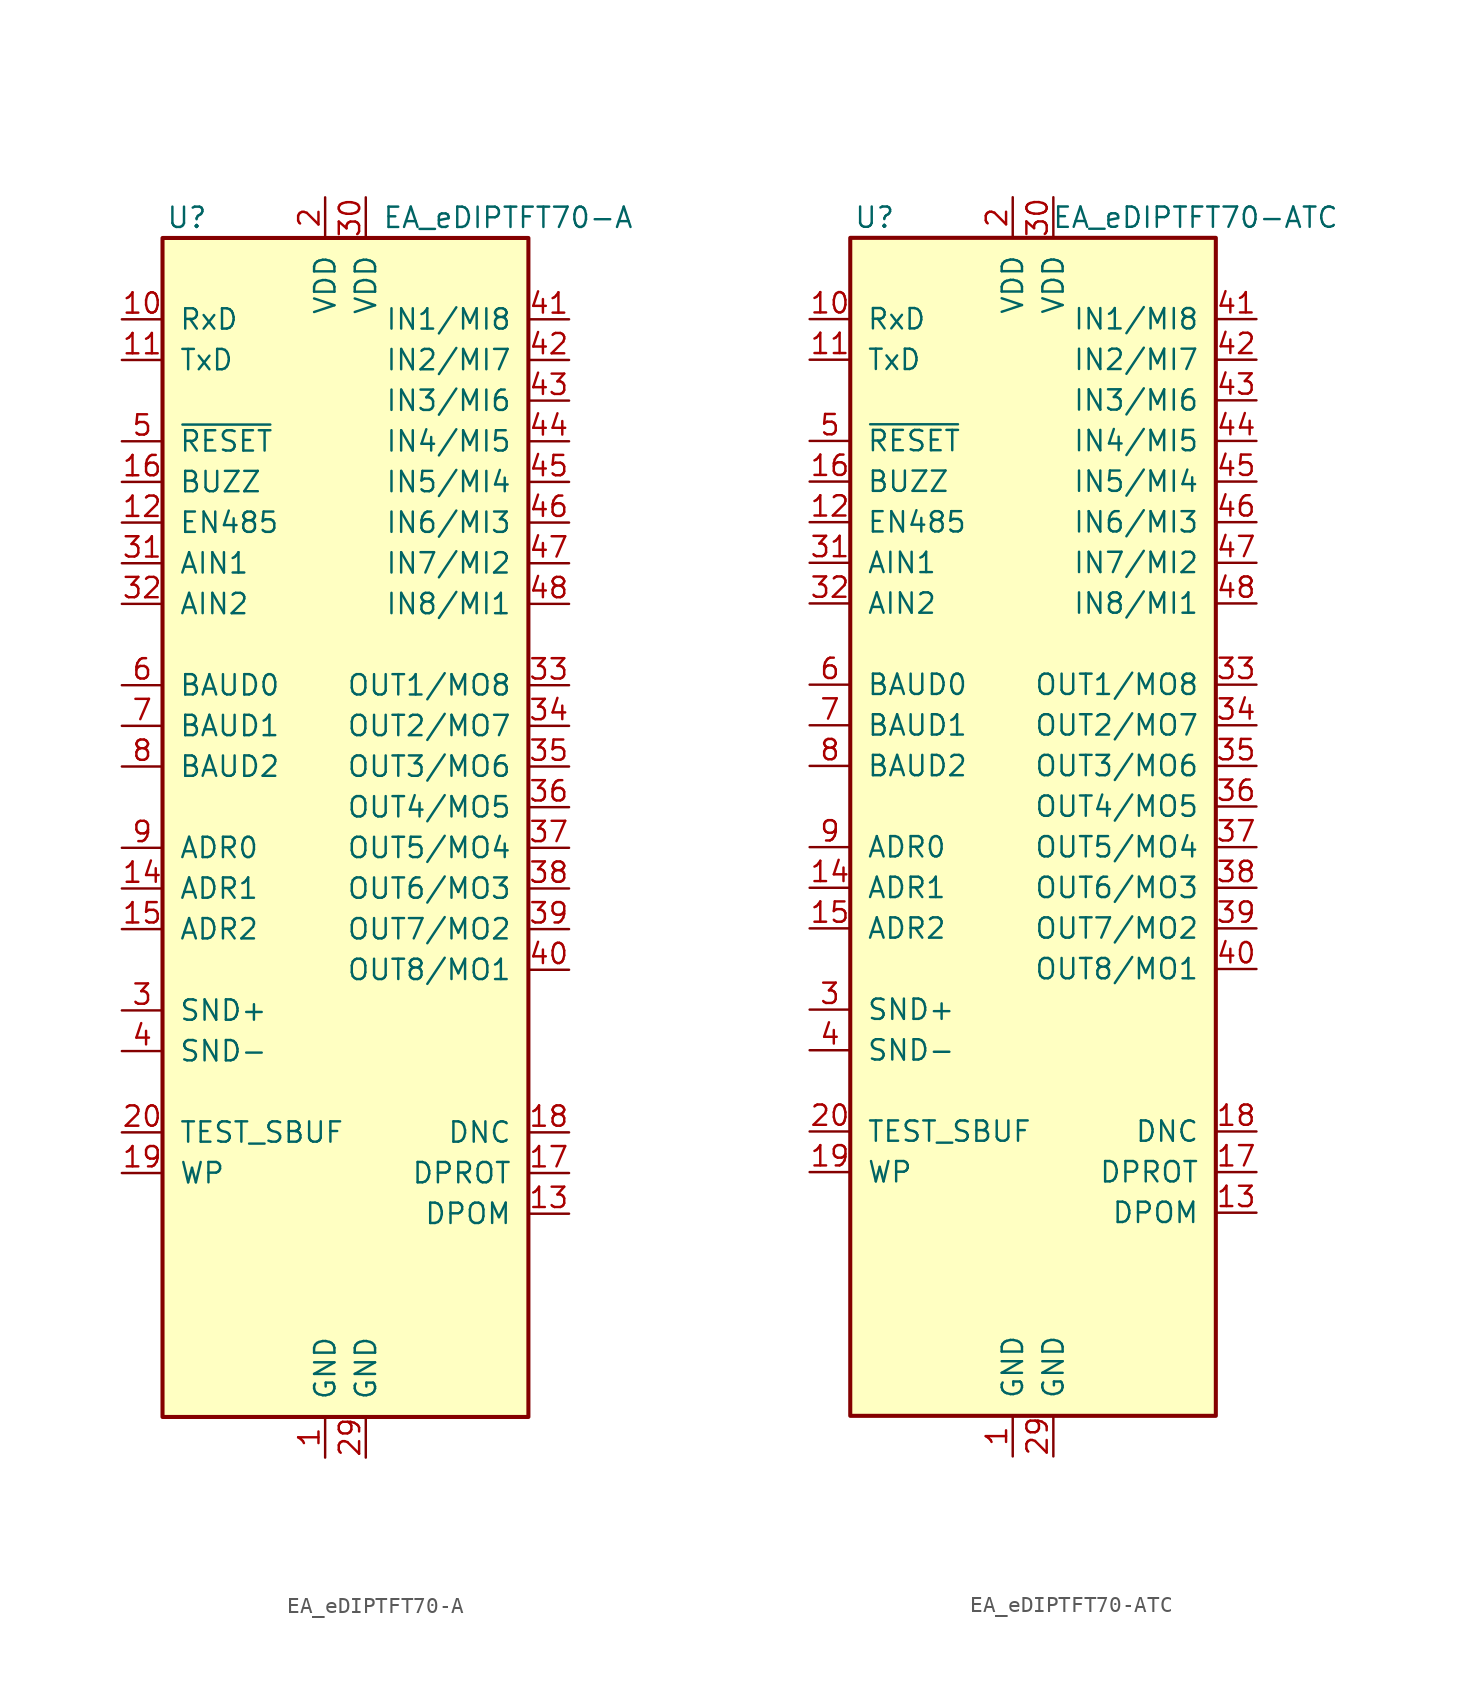
<source format=kicad_sym>
(kicad_symbol_lib
  (version 20241209)
  (generator "kicad_symbol_editor")
  (generator_version "9.0")
  (symbol "EA_eDIPTFT70-A"
    (pin_names
      (offset 1.016))
    (property "Reference" "U"
      (at -8.636 36.83 0)
      (effects (font (size 1.27 1.27))))
    (property "Value" "EA_eDIPTFT70-A"
      (at 11.43 36.83 0)
      (effects (font (size 1.27 1.27))))
    (symbol "EA_eDIPTFT70-A_0_1"
      (rectangle (start -10.16 35.56) (end 12.7 -38.1) (stroke (width 0.254) (type default)) (fill (type background))))
    (symbol "EA_eDIPTFT70-A_1_1"
      (pin input line (at -12.7 30.48 0) (length 2.54) (name "RxD" (effects (font (size 1.27 1.27)))) (number "10" (effects (font (size 1.27 1.27)))))
      (pin output line (at -12.7 27.94 0) (length 2.54) (name "TxD" (effects (font (size 1.27 1.27)))) (number "11" (effects (font (size 1.27 1.27)))))
      (pin input line (at -12.7 22.86 0) (length 2.54) (name "~{RESET}" (effects (font (size 1.27 1.27)))) (number "5" (effects (font (size 1.27 1.27)))))
      (pin output line (at -12.7 20.32 0) (length 2.54) (name "BUZZ" (effects (font (size 1.27 1.27)))) (number "16" (effects (font (size 1.27 1.27)))))
      (pin output line (at -12.7 17.78 0) (length 2.54) (name "EN485" (effects (font (size 1.27 1.27)))) (number "12" (effects (font (size 1.27 1.27)))))
      (pin input line (at -12.7 15.24 0) (length 2.54) (name "AIN1" (effects (font (size 1.27 1.27)))) (number "31" (effects (font (size 1.27 1.27)))))
      (pin input line (at -12.7 12.7 0) (length 2.54) (name "AIN2" (effects (font (size 1.27 1.27)))) (number "32" (effects (font (size 1.27 1.27)))))
      (pin input line (at -12.7 7.62 0) (length 2.54) (name "BAUD0" (effects (font (size 1.27 1.27)))) (number "6" (effects (font (size 1.27 1.27)))))
      (pin input line (at -12.7 5.08 0) (length 2.54) (name "BAUD1" (effects (font (size 1.27 1.27)))) (number "7" (effects (font (size 1.27 1.27)))))
      (pin input line (at -12.7 2.54 0) (length 2.54) (name "BAUD2" (effects (font (size 1.27 1.27)))) (number "8" (effects (font (size 1.27 1.27)))))
      (pin input line (at -12.7 -2.54 0) (length 2.54) (name "ADR0" (effects (font (size 1.27 1.27)))) (number "9" (effects (font (size 1.27 1.27)))))
      (pin input line (at -12.7 -5.08 0) (length 2.54) (name "ADR1" (effects (font (size 1.27 1.27)))) (number "14" (effects (font (size 1.27 1.27)))))
      (pin input line (at -12.7 -7.62 0) (length 2.54) (name "ADR2" (effects (font (size 1.27 1.27)))) (number "15" (effects (font (size 1.27 1.27)))))
      (pin output line (at -12.7 -12.7 0) (length 2.54) (name "SND+" (effects (font (size 1.27 1.27)))) (number "3" (effects (font (size 1.27 1.27)))))
      (pin input line (at -12.7 -15.24 0) (length 2.54) (name "SND-" (effects (font (size 1.27 1.27)))) (number "4" (effects (font (size 1.27 1.27)))))
      (pin bidirectional line (at -12.7 -20.32 0) (length 2.54) (name "TEST_SBUF" (effects (font (size 1.27 1.27)))) (number "20" (effects (font (size 1.27 1.27)))))
      (pin input line (at -12.7 -22.86 0) (length 2.54) (name "WP" (effects (font (size 1.27 1.27)))) (number "19" (effects (font (size 1.27 1.27)))))
      (pin no_connect line (at -10.16 -27.94 0) (length 2.54) (hide yes) (name "NC" (effects (font (size 1.27 1.27)))) (number "21" (effects (font (size 1.27 1.27)))))
      (pin no_connect line (at -10.16 -30.48 0) (length 2.54) (hide yes) (name "NC" (effects (font (size 1.27 1.27)))) (number "22" (effects (font (size 1.27 1.27)))))
      (pin no_connect line (at -10.16 -33.02 0) (length 2.54) (hide yes) (name "NC" (effects (font (size 1.27 1.27)))) (number "23" (effects (font (size 1.27 1.27)))))
      (pin no_connect line (at -10.16 -35.56 0) (length 2.54) (hide yes) (name "NC" (effects (font (size 1.27 1.27)))) (number "24" (effects (font (size 1.27 1.27)))))
      (pin power_in line (at 0 38.1 270) (length 2.54) (name "VDD" (effects (font (size 1.27 1.27)))) (number "2" (effects (font (size 1.27 1.27)))))
      (pin power_in line (at 0 -40.64 90) (length 2.54) (name "GND" (effects (font (size 1.27 1.27)))) (number "1" (effects (font (size 1.27 1.27)))))
      (pin power_in line (at 2.54 38.1 270) (length 2.54) (name "VDD" (effects (font (size 1.27 1.27)))) (number "30" (effects (font (size 1.27 1.27)))))
      (pin power_in line (at 2.54 -40.64 90) (length 2.54) (name "GND" (effects (font (size 1.27 1.27)))) (number "29" (effects (font (size 1.27 1.27)))))
      (pin no_connect line (at 12.7 -27.94 180) (length 2.54) (hide yes) (name "NC" (effects (font (size 1.27 1.27)))) (number "28" (effects (font (size 1.27 1.27)))))
      (pin no_connect line (at 12.7 -30.48 180) (length 2.54) (hide yes) (name "NC" (effects (font (size 1.27 1.27)))) (number "27" (effects (font (size 1.27 1.27)))))
      (pin no_connect line (at 12.7 -33.02 180) (length 2.54) (hide yes) (name "NC" (effects (font (size 1.27 1.27)))) (number "26" (effects (font (size 1.27 1.27)))))
      (pin no_connect line (at 12.7 -35.56 180) (length 2.54) (hide yes) (name "NC" (effects (font (size 1.27 1.27)))) (number "25" (effects (font (size 1.27 1.27)))))
      (pin input line (at 15.24 30.48 180) (length 2.54) (name "IN1/MI8" (effects (font (size 1.27 1.27)))) (number "41" (effects (font (size 1.27 1.27)))))
      (pin input line (at 15.24 27.94 180) (length 2.54) (name "IN2/MI7" (effects (font (size 1.27 1.27)))) (number "42" (effects (font (size 1.27 1.27)))))
      (pin input line (at 15.24 25.4 180) (length 2.54) (name "IN3/MI6" (effects (font (size 1.27 1.27)))) (number "43" (effects (font (size 1.27 1.27)))))
      (pin input line (at 15.24 22.86 180) (length 2.54) (name "IN4/MI5" (effects (font (size 1.27 1.27)))) (number "44" (effects (font (size 1.27 1.27)))))
      (pin input line (at 15.24 20.32 180) (length 2.54) (name "IN5/MI4" (effects (font (size 1.27 1.27)))) (number "45" (effects (font (size 1.27 1.27)))))
      (pin input line (at 15.24 17.78 180) (length 2.54) (name "IN6/MI3" (effects (font (size 1.27 1.27)))) (number "46" (effects (font (size 1.27 1.27)))))
      (pin input line (at 15.24 15.24 180) (length 2.54) (name "IN7/MI2" (effects (font (size 1.27 1.27)))) (number "47" (effects (font (size 1.27 1.27)))))
      (pin input line (at 15.24 12.7 180) (length 2.54) (name "IN8/MI1" (effects (font (size 1.27 1.27)))) (number "48" (effects (font (size 1.27 1.27)))))
      (pin output line (at 15.24 7.62 180) (length 2.54) (name "OUT1/MO8" (effects (font (size 1.27 1.27)))) (number "33" (effects (font (size 1.27 1.27)))))
      (pin output line (at 15.24 5.08 180) (length 2.54) (name "OUT2/MO7" (effects (font (size 1.27 1.27)))) (number "34" (effects (font (size 1.27 1.27)))))
      (pin output line (at 15.24 2.54 180) (length 2.54) (name "OUT3/MO6" (effects (font (size 1.27 1.27)))) (number "35" (effects (font (size 1.27 1.27)))))
      (pin output line (at 15.24 0 180) (length 2.54) (name "OUT4/MO5" (effects (font (size 1.27 1.27)))) (number "36" (effects (font (size 1.27 1.27)))))
      (pin output line (at 15.24 -2.54 180) (length 2.54) (name "OUT5/MO4" (effects (font (size 1.27 1.27)))) (number "37" (effects (font (size 1.27 1.27)))))
      (pin output line (at 15.24 -5.08 180) (length 2.54) (name "OUT6/MO3" (effects (font (size 1.27 1.27)))) (number "38" (effects (font (size 1.27 1.27)))))
      (pin output line (at 15.24 -7.62 180) (length 2.54) (name "OUT7/MO2" (effects (font (size 1.27 1.27)))) (number "39" (effects (font (size 1.27 1.27)))))
      (pin output line (at 15.24 -10.16 180) (length 2.54) (name "OUT8/MO1" (effects (font (size 1.27 1.27)))) (number "40" (effects (font (size 1.27 1.27)))))
      (pin output line (at 15.24 -20.32 180) (length 2.54) (name "DNC" (effects (font (size 1.27 1.27)))) (number "18" (effects (font (size 1.27 1.27)))))
      (pin input line (at 15.24 -22.86 180) (length 2.54) (name "DPROT" (effects (font (size 1.27 1.27)))) (number "17" (effects (font (size 1.27 1.27)))))
      (pin input line (at 15.24 -25.4 180) (length 2.54) (name "DPOM" (effects (font (size 1.27 1.27)))) (number "13" (effects (font (size 1.27 1.27)))))))
  (symbol "EA_eDIPTFT70-ATC"
    (pin_names
      (offset 1.016))
    (property "Reference" "U"
      (at -8.636 36.83 0)
      (effects (font (size 1.27 1.27))))
    (property "Value" "EA_eDIPTFT70-ATC"
      (at 11.43 36.83 0)
      (effects (font (size 1.27 1.27))))
    (symbol "EA_eDIPTFT70-ATC_0_1"
      (rectangle (start -10.16 35.56) (end 12.7 -38.1) (stroke (width 0.254) (type default)) (fill (type background))))
    (symbol "EA_eDIPTFT70-ATC_1_1"
      (pin input line (at -12.7 30.48 0) (length 2.54) (name "RxD" (effects (font (size 1.27 1.27)))) (number "10" (effects (font (size 1.27 1.27)))))
      (pin output line (at -12.7 27.94 0) (length 2.54) (name "TxD" (effects (font (size 1.27 1.27)))) (number "11" (effects (font (size 1.27 1.27)))))
      (pin input line (at -12.7 22.86 0) (length 2.54) (name "~{RESET}" (effects (font (size 1.27 1.27)))) (number "5" (effects (font (size 1.27 1.27)))))
      (pin output line (at -12.7 20.32 0) (length 2.54) (name "BUZZ" (effects (font (size 1.27 1.27)))) (number "16" (effects (font (size 1.27 1.27)))))
      (pin output line (at -12.7 17.78 0) (length 2.54) (name "EN485" (effects (font (size 1.27 1.27)))) (number "12" (effects (font (size 1.27 1.27)))))
      (pin input line (at -12.7 15.24 0) (length 2.54) (name "AIN1" (effects (font (size 1.27 1.27)))) (number "31" (effects (font (size 1.27 1.27)))))
      (pin input line (at -12.7 12.7 0) (length 2.54) (name "AIN2" (effects (font (size 1.27 1.27)))) (number "32" (effects (font (size 1.27 1.27)))))
      (pin input line (at -12.7 7.62 0) (length 2.54) (name "BAUD0" (effects (font (size 1.27 1.27)))) (number "6" (effects (font (size 1.27 1.27)))))
      (pin input line (at -12.7 5.08 0) (length 2.54) (name "BAUD1" (effects (font (size 1.27 1.27)))) (number "7" (effects (font (size 1.27 1.27)))))
      (pin input line (at -12.7 2.54 0) (length 2.54) (name "BAUD2" (effects (font (size 1.27 1.27)))) (number "8" (effects (font (size 1.27 1.27)))))
      (pin input line (at -12.7 -2.54 0) (length 2.54) (name "ADR0" (effects (font (size 1.27 1.27)))) (number "9" (effects (font (size 1.27 1.27)))))
      (pin input line (at -12.7 -5.08 0) (length 2.54) (name "ADR1" (effects (font (size 1.27 1.27)))) (number "14" (effects (font (size 1.27 1.27)))))
      (pin input line (at -12.7 -7.62 0) (length 2.54) (name "ADR2" (effects (font (size 1.27 1.27)))) (number "15" (effects (font (size 1.27 1.27)))))
      (pin output line (at -12.7 -12.7 0) (length 2.54) (name "SND+" (effects (font (size 1.27 1.27)))) (number "3" (effects (font (size 1.27 1.27)))))
      (pin input line (at -12.7 -15.24 0) (length 2.54) (name "SND-" (effects (font (size 1.27 1.27)))) (number "4" (effects (font (size 1.27 1.27)))))
      (pin bidirectional line (at -12.7 -20.32 0) (length 2.54) (name "TEST_SBUF" (effects (font (size 1.27 1.27)))) (number "20" (effects (font (size 1.27 1.27)))))
      (pin input line (at -12.7 -22.86 0) (length 2.54) (name "WP" (effects (font (size 1.27 1.27)))) (number "19" (effects (font (size 1.27 1.27)))))
      (pin no_connect line (at -10.16 -27.94 0) (length 2.54) (hide yes) (name "NC" (effects (font (size 1.27 1.27)))) (number "21" (effects (font (size 1.27 1.27)))))
      (pin no_connect line (at -10.16 -30.48 0) (length 2.54) (hide yes) (name "NC" (effects (font (size 1.27 1.27)))) (number "22" (effects (font (size 1.27 1.27)))))
      (pin no_connect line (at -10.16 -33.02 0) (length 2.54) (hide yes) (name "NC" (effects (font (size 1.27 1.27)))) (number "23" (effects (font (size 1.27 1.27)))))
      (pin no_connect line (at -10.16 -35.56 0) (length 2.54) (hide yes) (name "NC" (effects (font (size 1.27 1.27)))) (number "24" (effects (font (size 1.27 1.27)))))
      (pin power_in line (at 0 38.1 270) (length 2.54) (name "VDD" (effects (font (size 1.27 1.27)))) (number "2" (effects (font (size 1.27 1.27)))))
      (pin power_in line (at 0 -40.64 90) (length 2.54) (name "GND" (effects (font (size 1.27 1.27)))) (number "1" (effects (font (size 1.27 1.27)))))
      (pin power_in line (at 2.54 38.1 270) (length 2.54) (name "VDD" (effects (font (size 1.27 1.27)))) (number "30" (effects (font (size 1.27 1.27)))))
      (pin power_in line (at 2.54 -40.64 90) (length 2.54) (name "GND" (effects (font (size 1.27 1.27)))) (number "29" (effects (font (size 1.27 1.27)))))
      (pin no_connect line (at 12.7 -27.94 180) (length 2.54) (hide yes) (name "NC" (effects (font (size 1.27 1.27)))) (number "28" (effects (font (size 1.27 1.27)))))
      (pin no_connect line (at 12.7 -30.48 180) (length 2.54) (hide yes) (name "NC" (effects (font (size 1.27 1.27)))) (number "27" (effects (font (size 1.27 1.27)))))
      (pin no_connect line (at 12.7 -33.02 180) (length 2.54) (hide yes) (name "NC" (effects (font (size 1.27 1.27)))) (number "26" (effects (font (size 1.27 1.27)))))
      (pin no_connect line (at 12.7 -35.56 180) (length 2.54) (hide yes) (name "NC" (effects (font (size 1.27 1.27)))) (number "25" (effects (font (size 1.27 1.27)))))
      (pin input line (at 15.24 30.48 180) (length 2.54) (name "IN1/MI8" (effects (font (size 1.27 1.27)))) (number "41" (effects (font (size 1.27 1.27)))))
      (pin input line (at 15.24 27.94 180) (length 2.54) (name "IN2/MI7" (effects (font (size 1.27 1.27)))) (number "42" (effects (font (size 1.27 1.27)))))
      (pin input line (at 15.24 25.4 180) (length 2.54) (name "IN3/MI6" (effects (font (size 1.27 1.27)))) (number "43" (effects (font (size 1.27 1.27)))))
      (pin input line (at 15.24 22.86 180) (length 2.54) (name "IN4/MI5" (effects (font (size 1.27 1.27)))) (number "44" (effects (font (size 1.27 1.27)))))
      (pin input line (at 15.24 20.32 180) (length 2.54) (name "IN5/MI4" (effects (font (size 1.27 1.27)))) (number "45" (effects (font (size 1.27 1.27)))))
      (pin input line (at 15.24 17.78 180) (length 2.54) (name "IN6/MI3" (effects (font (size 1.27 1.27)))) (number "46" (effects (font (size 1.27 1.27)))))
      (pin input line (at 15.24 15.24 180) (length 2.54) (name "IN7/MI2" (effects (font (size 1.27 1.27)))) (number "47" (effects (font (size 1.27 1.27)))))
      (pin input line (at 15.24 12.7 180) (length 2.54) (name "IN8/MI1" (effects (font (size 1.27 1.27)))) (number "48" (effects (font (size 1.27 1.27)))))
      (pin output line (at 15.24 7.62 180) (length 2.54) (name "OUT1/MO8" (effects (font (size 1.27 1.27)))) (number "33" (effects (font (size 1.27 1.27)))))
      (pin output line (at 15.24 5.08 180) (length 2.54) (name "OUT2/MO7" (effects (font (size 1.27 1.27)))) (number "34" (effects (font (size 1.27 1.27)))))
      (pin output line (at 15.24 2.54 180) (length 2.54) (name "OUT3/MO6" (effects (font (size 1.27 1.27)))) (number "35" (effects (font (size 1.27 1.27)))))
      (pin output line (at 15.24 0 180) (length 2.54) (name "OUT4/MO5" (effects (font (size 1.27 1.27)))) (number "36" (effects (font (size 1.27 1.27)))))
      (pin output line (at 15.24 -2.54 180) (length 2.54) (name "OUT5/MO4" (effects (font (size 1.27 1.27)))) (number "37" (effects (font (size 1.27 1.27)))))
      (pin output line (at 15.24 -5.08 180) (length 2.54) (name "OUT6/MO3" (effects (font (size 1.27 1.27)))) (number "38" (effects (font (size 1.27 1.27)))))
      (pin output line (at 15.24 -7.62 180) (length 2.54) (name "OUT7/MO2" (effects (font (size 1.27 1.27)))) (number "39" (effects (font (size 1.27 1.27)))))
      (pin output line (at 15.24 -10.16 180) (length 2.54) (name "OUT8/MO1" (effects (font (size 1.27 1.27)))) (number "40" (effects (font (size 1.27 1.27)))))
      (pin output line (at 15.24 -20.32 180) (length 2.54) (name "DNC" (effects (font (size 1.27 1.27)))) (number "18" (effects (font (size 1.27 1.27)))))
      (pin input line (at 15.24 -22.86 180) (length 2.54) (name "DPROT" (effects (font (size 1.27 1.27)))) (number "17" (effects (font (size 1.27 1.27)))))
      (pin input line (at 15.24 -25.4 180) (length 2.54) (name "DPOM" (effects (font (size 1.27 1.27)))) (number "13" (effects (font (size 1.27 1.27))))))))
</source>
